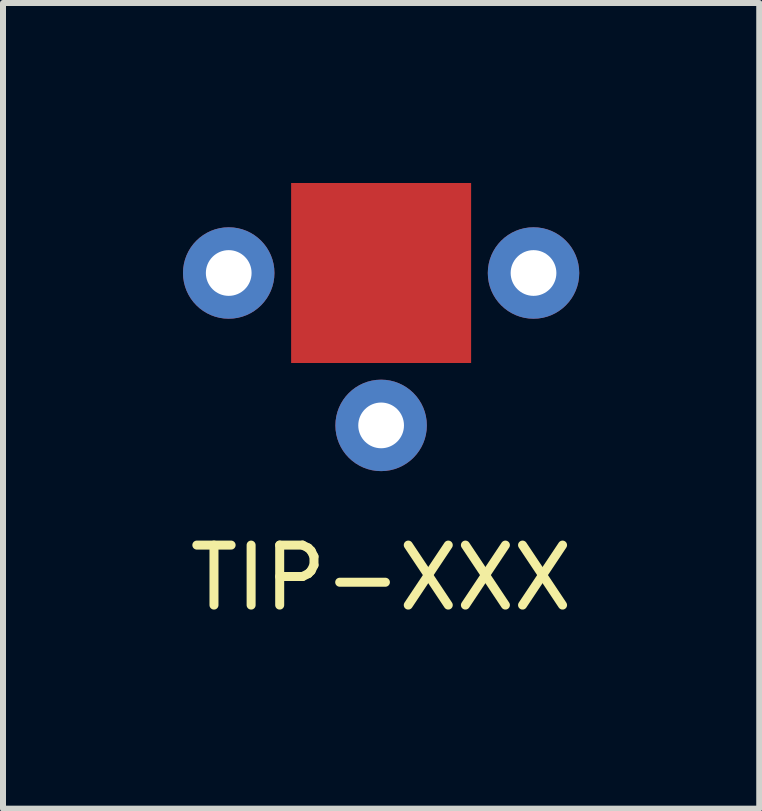
<source format=kicad_pcb>
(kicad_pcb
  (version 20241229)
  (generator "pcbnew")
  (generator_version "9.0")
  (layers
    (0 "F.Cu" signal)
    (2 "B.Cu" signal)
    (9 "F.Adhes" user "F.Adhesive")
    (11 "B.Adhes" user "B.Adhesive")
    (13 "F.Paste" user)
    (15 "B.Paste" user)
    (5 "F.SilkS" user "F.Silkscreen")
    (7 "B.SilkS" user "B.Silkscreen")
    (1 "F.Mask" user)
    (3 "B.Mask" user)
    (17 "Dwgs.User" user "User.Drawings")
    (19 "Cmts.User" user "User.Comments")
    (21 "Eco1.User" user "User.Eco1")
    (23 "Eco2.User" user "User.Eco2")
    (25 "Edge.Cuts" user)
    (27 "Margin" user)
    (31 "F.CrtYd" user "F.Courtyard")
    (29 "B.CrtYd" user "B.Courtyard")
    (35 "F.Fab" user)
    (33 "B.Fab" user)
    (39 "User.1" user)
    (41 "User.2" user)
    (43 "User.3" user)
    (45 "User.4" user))
  (footprint "TIP-XXX"
    (layer "F.Cu")
    (at 3.302 1.5)
    (property "Reference" "TIP-XXX" (at 0 5.08 0) (layer "F.SilkS") (effects (font (size 1 1) (thickness 0.15))))
    (attr through_hole)
    (pad "" smd rect (at 0 0) (size 3 3) (layers "F.Cu" "F.Mask" "F.Paste"))
    (pad "B" thru_hole circle (at 0 2.54) (size 1.524 1.524) (drill 0.762) (layers "*.Cu" "*.Mask"))
    (pad "C" thru_hole circle (at -2.54 0) (size 1.524 1.524) (drill 0.762) (layers "*.Cu" "*.Mask"))
    (pad "E" thru_hole circle (at 2.54 0) (size 1.524 1.524) (drill 0.762) (layers "*.Cu" "*.Mask")))
  (gr_rect
    (start -3 -3)
    (end 9.604 10.428)
    (stroke (width 0.1) (type default))
    (fill no)
    (layer "Edge.Cuts")))
</source>
